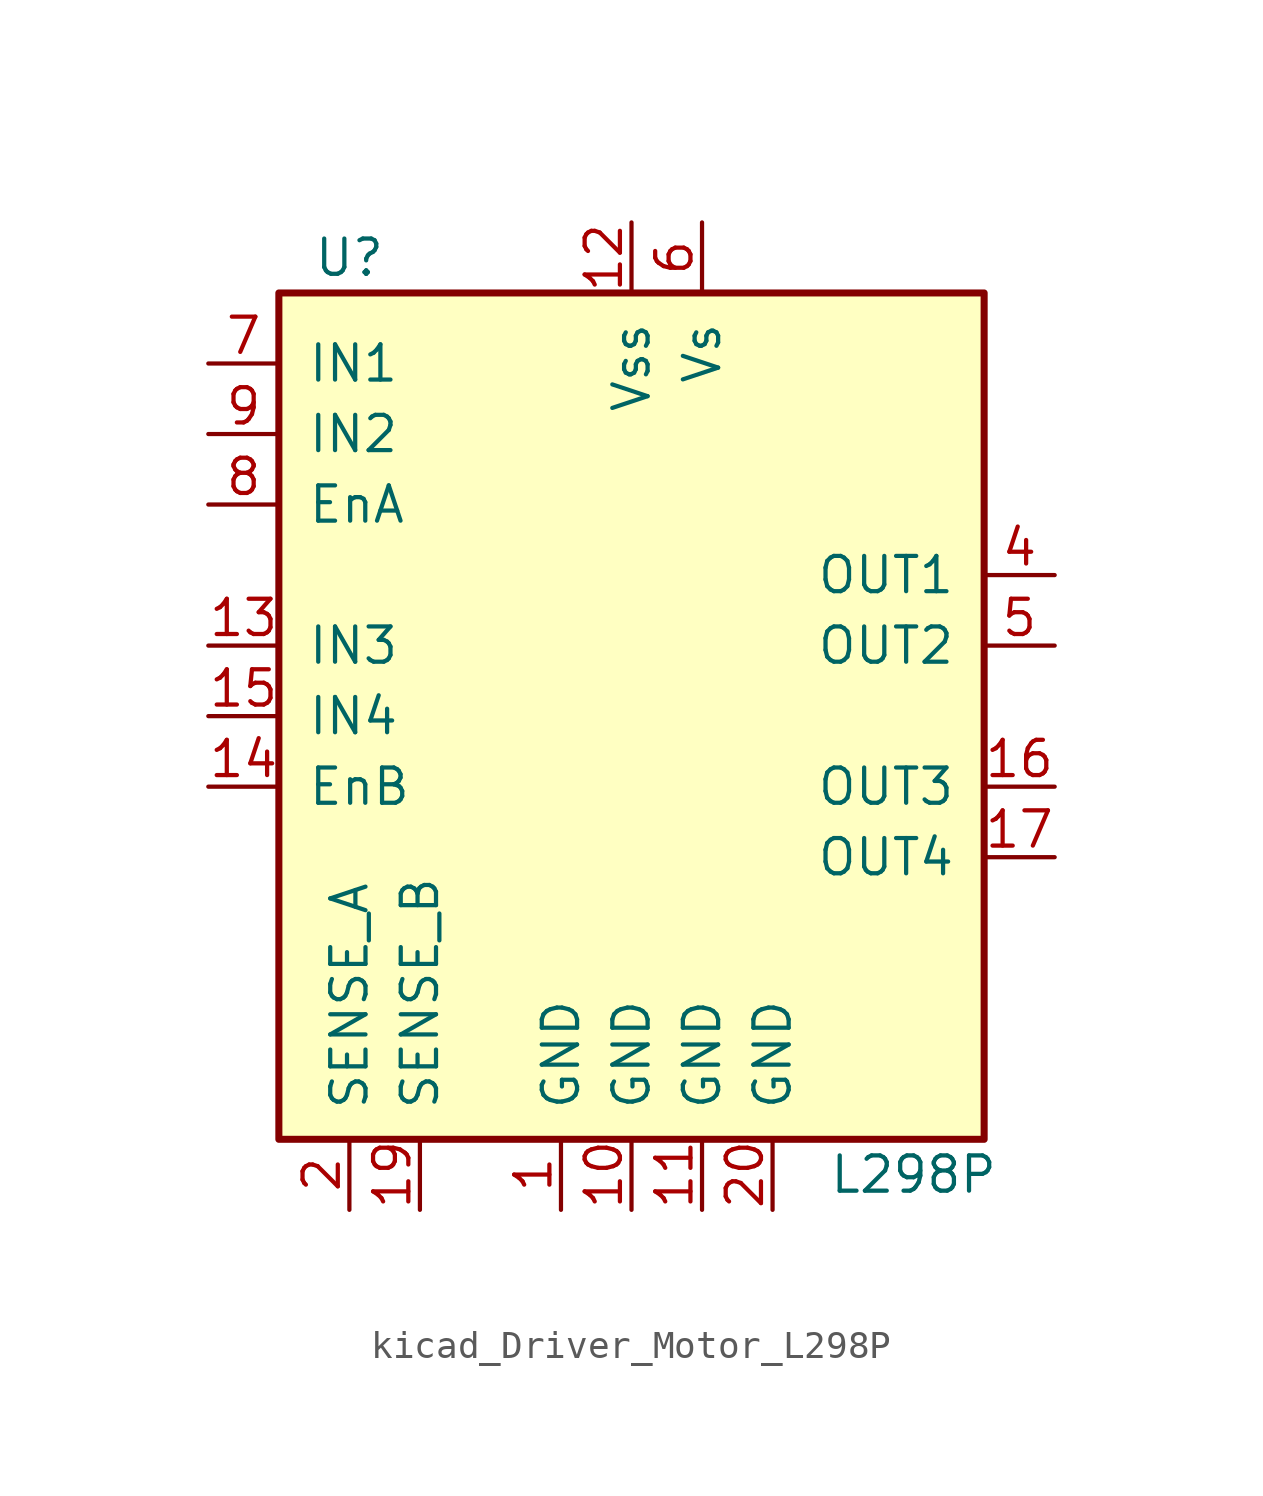
<source format=kicad_sym>
(kicad_symbol_lib
  (version 20220914)
  (generator kicad_symbol_editor)
  (symbol "kicad_Driver_Motor_L298P"
    (pin_names
      (offset 1.016))
    (property "Reference" "U"
      (at -10.16 16.51 0)
      (effects (font (size 1.27 1.27))))
    (property "Value" "L298P"
      (at 10.16 -16.51 0)
      (effects (font (size 1.27 1.27))))
    (symbol "kicad_Driver_Motor_L298P_0_1"
      (rectangle (start -12.7 15.24) (end 12.7 -15.24) (stroke (width 0.254) (type default)) (fill (type background))))
    (symbol "kicad_Driver_Motor_L298P_1_1"
      (pin power_in line (at -2.54 -17.78 90) (length 2.54) (name "GND" (effects (font (size 1.27 1.27)))) (number "1" (effects (font (size 1.27 1.27)))))
      (pin power_in line (at 0 -17.78 90) (length 2.54) (name "GND" (effects (font (size 1.27 1.27)))) (number "10" (effects (font (size 1.27 1.27)))))
      (pin power_in line (at 2.54 -17.78 90) (length 2.54) (name "GND" (effects (font (size 1.27 1.27)))) (number "11" (effects (font (size 1.27 1.27)))))
      (pin power_in line (at 0 17.78 270) (length 2.54) (name "Vss" (effects (font (size 1.27 1.27)))) (number "12" (effects (font (size 1.27 1.27)))))
      (pin input line (at -15.24 2.54 0) (length 2.54) (name "IN3" (effects (font (size 1.27 1.27)))) (number "13" (effects (font (size 1.27 1.27)))))
      (pin input line (at -15.24 -2.54 0) (length 2.54) (name "EnB" (effects (font (size 1.27 1.27)))) (number "14" (effects (font (size 1.27 1.27)))))
      (pin input line (at -15.24 0 0) (length 2.54) (name "IN4" (effects (font (size 1.27 1.27)))) (number "15" (effects (font (size 1.27 1.27)))))
      (pin output line (at 15.24 -2.54 180) (length 2.54) (name "OUT3" (effects (font (size 1.27 1.27)))) (number "16" (effects (font (size 1.27 1.27)))))
      (pin output line (at 15.24 -5.08 180) (length 2.54) (name "OUT4" (effects (font (size 1.27 1.27)))) (number "17" (effects (font (size 1.27 1.27)))))
      (pin no_connect line (at 12.7 10.16 180) (length 2.54) hide (name "NC" (effects (font (size 1.27 1.27)))) (number "18" (effects (font (size 1.27 1.27)))))
      (pin power_in line (at -7.62 -17.78 90) (length 2.54) (name "SENSE_B" (effects (font (size 1.27 1.27)))) (number "19" (effects (font (size 1.27 1.27)))))
      (pin power_in line (at -10.16 -17.78 90) (length 2.54) (name "SENSE_A" (effects (font (size 1.27 1.27)))) (number "2" (effects (font (size 1.27 1.27)))))
      (pin power_in line (at 5.08 -17.78 90) (length 2.54) (name "GND" (effects (font (size 1.27 1.27)))) (number "20" (effects (font (size 1.27 1.27)))))
      (pin no_connect line (at 12.7 12.7 180) (length 2.54) hide (name "NC" (effects (font (size 1.27 1.27)))) (number "3" (effects (font (size 1.27 1.27)))))
      (pin output line (at 15.24 5.08 180) (length 2.54) (name "OUT1" (effects (font (size 1.27 1.27)))) (number "4" (effects (font (size 1.27 1.27)))))
      (pin output line (at 15.24 2.54 180) (length 2.54) (name "OUT2" (effects (font (size 1.27 1.27)))) (number "5" (effects (font (size 1.27 1.27)))))
      (pin power_in line (at 2.54 17.78 270) (length 2.54) (name "Vs" (effects (font (size 1.27 1.27)))) (number "6" (effects (font (size 1.27 1.27)))))
      (pin input line (at -15.24 12.7 0) (length 2.54) (name "IN1" (effects (font (size 1.27 1.27)))) (number "7" (effects (font (size 1.27 1.27)))))
      (pin input line (at -15.24 7.62 0) (length 2.54) (name "EnA" (effects (font (size 1.27 1.27)))) (number "8" (effects (font (size 1.27 1.27)))))
      (pin input line (at -15.24 10.16 0) (length 2.54) (name "IN2" (effects (font (size 1.27 1.27)))) (number "9" (effects (font (size 1.27 1.27))))))))
</source>
